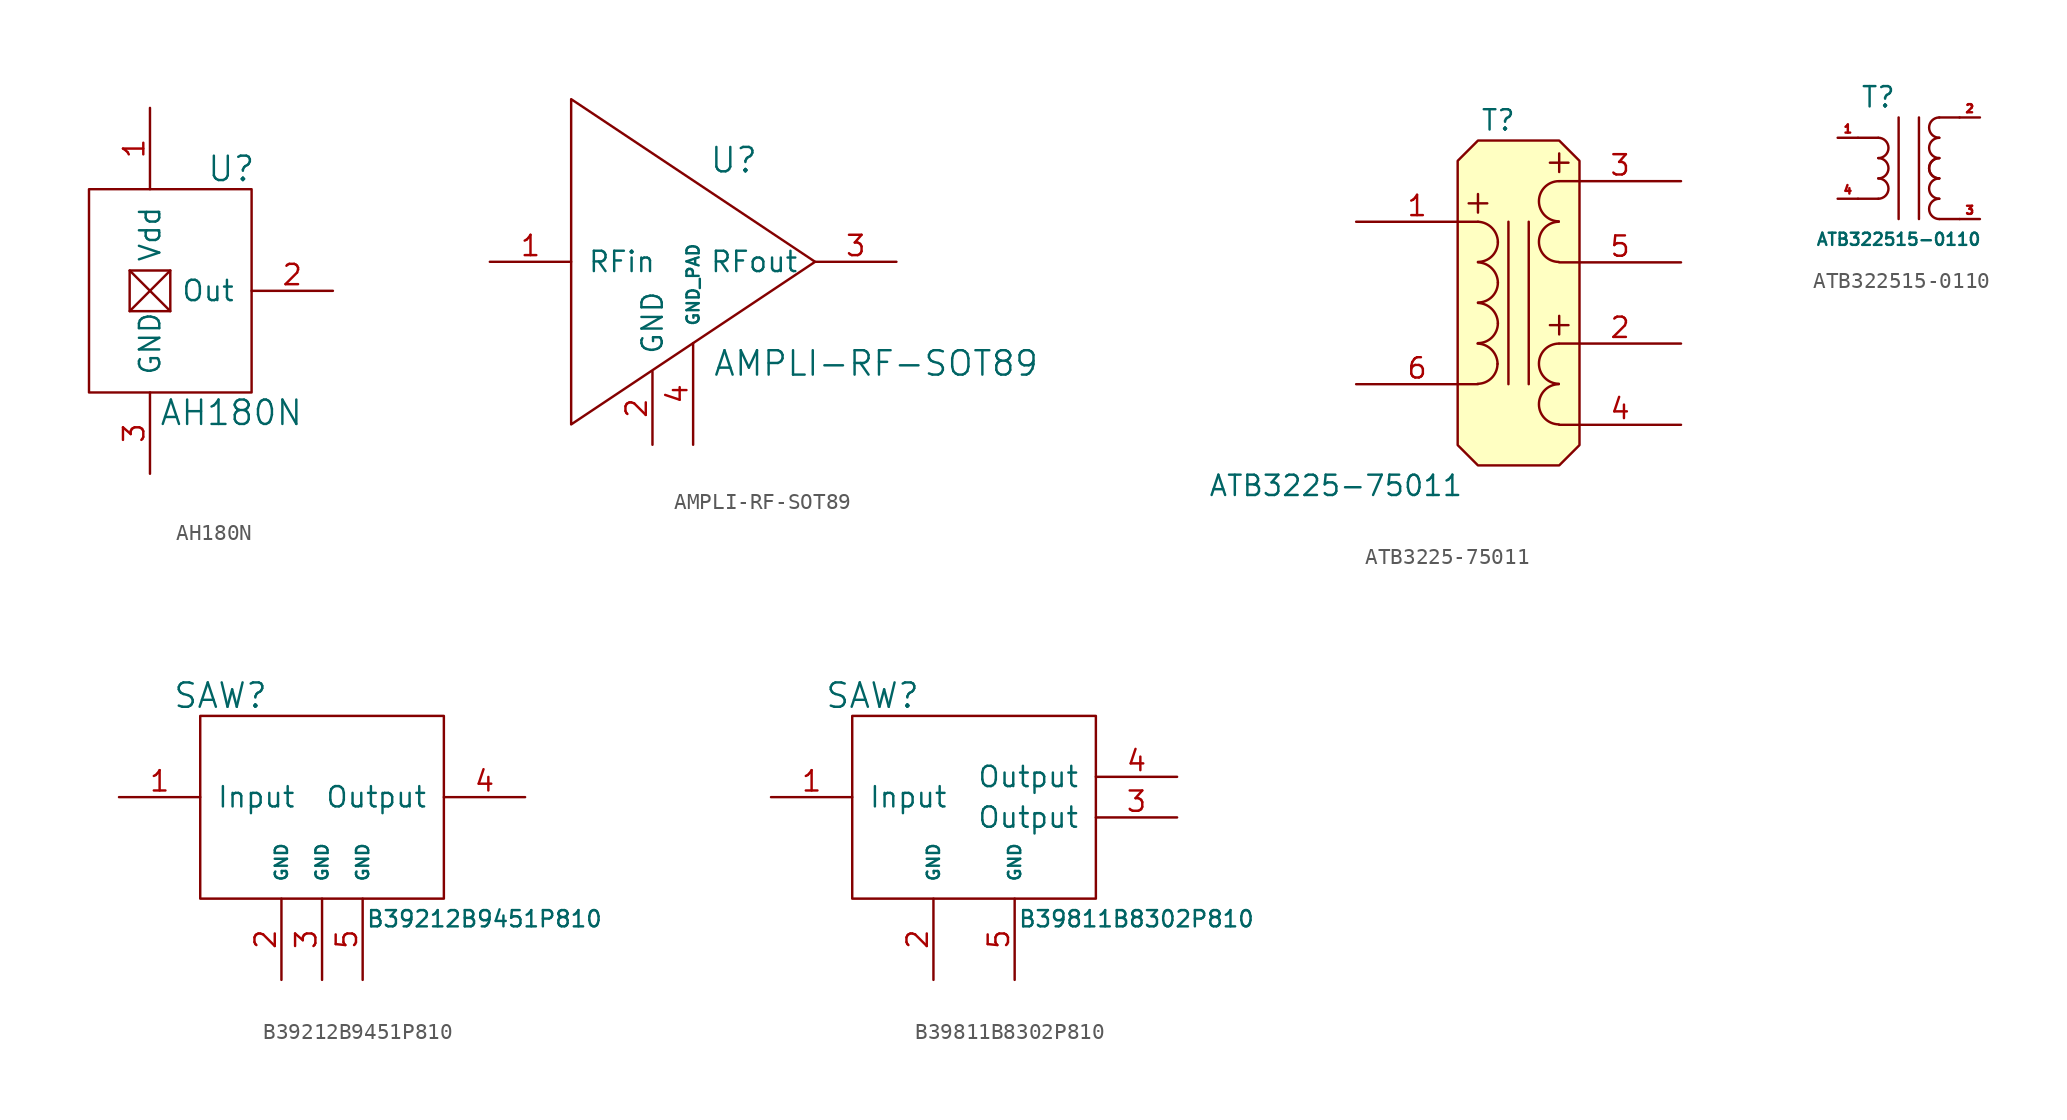
<source format=kicad_sym>
(kicad_symbol_lib
  (version 20211014)
  (generator kicad_symbol_editor)
  (symbol "AH180N"
    (pin_names
      (offset 1.016))
    (property "Reference" "U"
      (at 5.08 7.62 0)
      (effects (font (size 1.524 1.524))))
    (property "Value" "AH180N"
      (at 5.08 -7.62 0)
      (effects (font (size 1.524 1.524))))
    (property "Footprint" ""
      (at 0 0 0)
      (effects (font (size 1.524 1.524))))
    (property "Datasheet" ""
      (at 0 0 0)
      (effects (font (size 1.524 1.524))))
    (symbol "AH180N_0_1"
      (rectangle (start -3.81 6.35) (end 6.35 -6.35) (stroke (width 0) (type default) (color 0 0 0 0)) (fill (type none)))
      (rectangle (start -1.27 1.27) (end 1.27 -1.27) (stroke (width 0) (type default) (color 0 0 0 0)) (fill (type none)))
      (polyline (pts (xy -1.27 1.27) (xy 1.27 -1.27)) (stroke (width 0) (type default) (color 0 0 0 0)) (fill (type none)))
      (polyline (pts (xy 1.27 1.27) (xy -1.27 -1.27)) (stroke (width 0) (type default) (color 0 0 0 0)) (fill (type none))))
    (symbol "AH180N_1_1"
      (pin power_in line (at 0 11.43 270) (length 5.08) (name "Vdd" (effects (font (size 1.27 1.27)))) (number "1" (effects (font (size 1.27 1.27)))))
      (pin output line (at 11.43 0 180) (length 5.08) (name "Out" (effects (font (size 1.27 1.27)))) (number "2" (effects (font (size 1.27 1.27)))))
      (pin power_out line (at 0 -11.43 90) (length 5.08) (name "GND" (effects (font (size 1.27 1.27)))) (number "3" (effects (font (size 1.27 1.27)))))))
  (symbol "AMPLI-RF-SOT89"
    (pin_names
      (offset 1.016))
    (property "Reference" "U"
      (at 2.54 6.35 0)
      (effects (font (size 1.524 1.524))))
    (property "Value" "AMPLI-RF-SOT89"
      (at 11.43 -6.35 0)
      (effects (font (size 1.524 1.524))))
    (property "Footprint" ""
      (at 0 0 0)
      (effects (font (size 1.524 1.524))))
    (property "Datasheet" ""
      (at 0 0 0)
      (effects (font (size 1.524 1.524))))
    (symbol "AMPLI-RF-SOT89_0_1"
      (polyline (pts (xy -7.62 0) (xy -7.62 7.62) (xy -7.62 10.16) (xy 7.62 0) (xy -7.62 -10.16) (xy -7.62 0)) (stroke (width 0) (type default) (color 0 0 0 0)) (fill (type none))))
    (symbol "AMPLI-RF-SOT89_1_1"
      (pin input line (at -12.7 0 0) (length 5.08) (name "RFin" (effects (font (size 1.27 1.27)))) (number "1" (effects (font (size 1.27 1.27)))))
      (pin input line (at -2.54 -11.43 90) (length 4.572) (name "GND" (effects (font (size 1.27 1.27)))) (number "2" (effects (font (size 1.27 1.27)))))
      (pin input line (at 12.7 0 180) (length 5.08) (name "RFout" (effects (font (size 1.27 1.27)))) (number "3" (effects (font (size 1.27 1.27)))))
      (pin input line (at 0 -11.43 90) (length 6.35) (name "GND_PAD" (effects (font (size 0.762 0.762)))) (number "4" (effects (font (size 1.27 1.27)))))))
  (symbol "ATB3225-75011"
    (pin_names
      (offset 1.016) hide)
    (property "Reference" "T"
      (at -1.067 11.328 0)
      (effects (font (size 1.27 1.27))))
    (property "Value" "ATB3225-75011"
      (at -11.227 -11.532 0)
      (effects (font (size 1.27 1.27))))
    (symbol "ATB3225-75011_0_0"
      (text "+" (at -2.337 6.248 0) (effects (font (size 1.524 1.524))))
      (text "+" (at 2.743 -1.372 0) (effects (font (size 1.524 1.524))))
      (text "+" (at 2.743 8.788 0) (effects (font (size 1.524 1.524)))))
    (symbol "ATB3225-75011_0_1"
      (arc (start -2.3622 -5.1562) (mid -1.4821 -4.7917) (end -1.1176 -3.9116) (stroke (width 0) (type default) (color 0 0 0 0)) (fill (type none)))
      (arc (start -2.3368 -2.6162) (mid -1.4567 -2.2517) (end -1.0922 -1.3716) (stroke (width 0) (type default) (color 0 0 0 0)) (fill (type none)))
      (arc (start -2.3368 -0.0762) (mid -1.4567 0.2883) (end -1.0922 1.1684) (stroke (width 0) (type default) (color 0 0 0 0)) (fill (type none)))
      (arc (start -2.3368 2.4638) (mid -1.4567 2.8283) (end -1.0922 3.7084) (stroke (width 0) (type default) (color 0 0 0 0)) (fill (type none)))
      (arc (start -1.1176 -3.9116) (mid -1.4859 -3.0277) (end -2.3622 -2.6416) (stroke (width 0) (type default) (color 0 0 0 0)) (fill (type none)))
      (arc (start -1.0922 -1.3716) (mid -1.4605 -0.4877) (end -2.3368 -0.1016) (stroke (width 0) (type default) (color 0 0 0 0)) (fill (type none)))
      (arc (start -1.0922 1.1684) (mid -1.4605 2.0523) (end -2.3368 2.4384) (stroke (width 0) (type default) (color 0 0 0 0)) (fill (type none)))
      (arc (start -1.0922 3.7084) (mid -1.4605 4.5923) (end -2.3368 4.9784) (stroke (width 0) (type default) (color 0 0 0 0)) (fill (type none)))
      (polyline (pts (xy -0.432 -5.182) (xy -0.432 4.978)) (stroke (width 0) (type default) (color 0 0 0 0)) (fill (type none)))
      (polyline (pts (xy 0.838 4.978) (xy 0.838 -5.182)) (stroke (width 0) (type default) (color 0 0 0 0)) (fill (type none)))
      (polyline (pts (xy 4.013 8.788) (xy 4.013 -8.992) (xy 2.743 -10.262) (xy -2.337 -10.262) (xy -3.607 -8.992) (xy -3.607 8.788) (xy -2.337 10.058) (xy 2.743 10.058) (xy 4.013 8.788) (xy 4.013 8.788)) (stroke (width 0) (type default) (color 0 0 0 0)) (fill (type background)))
      (arc (start 2.7178 -5.1816) (mid 1.4728 -6.4389) (end 2.7178 -7.6962) (stroke (width 0) (type default) (color 0 0 0 0)) (fill (type none)))
      (arc (start 2.7178 -2.6416) (mid 1.4728 -3.8989) (end 2.7178 -5.1562) (stroke (width 0) (type default) (color 0 0 0 0)) (fill (type none)))
      (arc (start 2.7178 4.9784) (mid 1.4728 3.7211) (end 2.7178 2.4638) (stroke (width 0) (type default) (color 0 0 0 0)) (fill (type none)))
      (arc (start 2.7178 7.5184) (mid 1.4728 6.2611) (end 2.7178 5.0038) (stroke (width 0) (type default) (color 0 0 0 0)) (fill (type none))))
    (symbol "ATB3225-75011_1_1"
      (pin passive line (at -9.957 4.978 0) (length 7.62) (name "S+" (effects (font (size 1.27 1.27)))) (number "1" (effects (font (size 1.27 1.27)))))
      (pin passive line (at 10.363 -2.642 180) (length 7.62) (name "P2+" (effects (font (size 1.27 1.27)))) (number "2" (effects (font (size 1.27 1.27)))))
      (pin passive line (at 10.363 7.518 180) (length 7.62) (name "P1+" (effects (font (size 1.27 1.27)))) (number "3" (effects (font (size 1.27 1.27)))))
      (pin passive line (at 10.363 -7.722 180) (length 7.62) (name "P2-" (effects (font (size 1.27 1.27)))) (number "4" (effects (font (size 1.27 1.27)))))
      (pin passive line (at 10.363 2.438 180) (length 7.62) (name "P1-" (effects (font (size 1.27 1.27)))) (number "5" (effects (font (size 1.27 1.27)))))
      (pin passive line (at -9.957 -5.182 0) (length 7.62) (name "S-" (effects (font (size 1.27 1.27)))) (number "6" (effects (font (size 1.27 1.27)))))))
  (symbol "ATB322515-0110"
    (pin_names
      (offset 0) hide)
    (property "Reference" "T"
      (at -1.27 5.08 0)
      (effects (font (size 1.27 1.27))))
    (property "Value" "ATB322515-0110"
      (at 0 -3.81 0)
      (effects (font (size 0.762 0.762))))
    (property "Footprint" ""
      (at 1.27 1.27 0)
      (effects (font (size 1.524 1.524))))
    (property "Datasheet" ""
      (at 1.27 1.27 0)
      (effects (font (size 1.524 1.524))))
    (symbol "ATB322515-0110_0_1"
      (arc (start -1.27 -1.27) (mid -0.635 -0.635) (end -1.27 0) (stroke (width 0) (type default) (color 0 0 0 0)) (fill (type none)))
      (arc (start -1.27 0) (mid -0.635 0.635) (end -1.27 1.27) (stroke (width 0) (type default) (color 0 0 0 0)) (fill (type none)))
      (arc (start -1.27 1.27) (mid -0.635 1.905) (end -1.27 2.54) (stroke (width 0) (type default) (color 0 0 0 0)) (fill (type none)))
      (polyline (pts (xy -2.54 -1.27) (xy -1.27 -1.27)) (stroke (width 0) (type default) (color 0 0 0 0)) (fill (type none)))
      (polyline (pts (xy -2.54 2.54) (xy -1.27 2.54)) (stroke (width 0) (type default) (color 0 0 0 0)) (fill (type none)))
      (polyline (pts (xy 0 3.81) (xy 0 -2.54)) (stroke (width 0) (type default) (color 0 0 0 0)) (fill (type none)))
      (polyline (pts (xy 1.27 3.81) (xy 1.27 -2.54)) (stroke (width 0) (type default) (color 0 0 0 0)) (fill (type none)))
      (polyline (pts (xy 2.54 -2.54) (xy 3.81 -2.54)) (stroke (width 0) (type default) (color 0 0 0 0)) (fill (type none)))
      (polyline (pts (xy 2.54 3.81) (xy 3.81 3.81)) (stroke (width 0) (type default) (color 0 0 0 0)) (fill (type none)))
      (arc (start 2.54 -1.27) (mid 1.905 -1.905) (end 2.54 -2.54) (stroke (width 0) (type default) (color 0 0 0 0)) (fill (type none)))
      (arc (start 2.54 0) (mid 1.905 -0.635) (end 2.54 -1.27) (stroke (width 0) (type default) (color 0 0 0 0)) (fill (type none)))
      (arc (start 2.54 1.27) (mid 1.905 0.635) (end 2.54 0) (stroke (width 0) (type default) (color 0 0 0 0)) (fill (type none)))
      (arc (start 2.54 1.27) (mid 1.905 0.635) (end 2.54 0) (stroke (width 0) (type default) (color 0 0 0 0)) (fill (type none)))
      (arc (start 2.54 2.54) (mid 1.905 1.905) (end 2.54 1.27) (stroke (width 0) (type default) (color 0 0 0 0)) (fill (type none)))
      (arc (start 2.54 3.81) (mid 1.905 3.175) (end 2.54 2.54) (stroke (width 0) (type default) (color 0 0 0 0)) (fill (type none))))
    (symbol "ATB322515-0110_1_1"
      (pin bidirectional line (at -3.81 2.54 0) (length 1.27) (name "UnBalanced" (effects (font (size 0.508 0.508)))) (number "1" (effects (font (size 0.508 0.508)))))
      (pin bidirectional line (at 5.08 3.81 180) (length 1.27) (name "Balanced" (effects (font (size 0.508 0.508)))) (number "2" (effects (font (size 0.508 0.508)))))
      (pin bidirectional line (at 5.08 -2.54 180) (length 1.27) (name "GND" (effects (font (size 0.508 0.508)))) (number "3" (effects (font (size 0.508 0.508)))))
      (pin bidirectional line (at -3.81 -1.27 0) (length 1.27) (name "GND" (effects (font (size 0.508 0.508)))) (number "4" (effects (font (size 0.508 0.508)))))))
  (symbol "B39212B9451P810"
    (pin_names
      (offset 1.016))
    (property "Reference" "SAW"
      (at -6.35 8.89 0)
      (effects (font (size 1.524 1.524))))
    (property "Value" "B39212B9451P810"
      (at 10.16 -5.08 0)
      (effects (font (size 1.016 1.016))))
    (property "Footprint" ""
      (at 0 5.08 0)
      (effects (font (size 1.524 1.524))))
    (property "Datasheet" ""
      (at 0 5.08 0)
      (effects (font (size 1.524 1.524))))
    (symbol "B39212B9451P810_0_1"
      (rectangle (start 7.62 -3.81) (end -7.62 7.62) (stroke (width 0) (type default) (color 0 0 0 0)) (fill (type none))))
    (symbol "B39212B9451P810_1_1"
      (pin bidirectional line (at -12.7 2.54 0) (length 5.08) (name "Input" (effects (font (size 1.27 1.27)))) (number "1" (effects (font (size 1.27 1.27)))))
      (pin bidirectional line (at -2.54 -8.89 90) (length 5.08) (name "GND" (effects (font (size 0.762 0.762)))) (number "2" (effects (font (size 1.27 1.27)))))
      (pin bidirectional line (at 0 -8.89 90) (length 5.08) (name "GND" (effects (font (size 0.762 0.762)))) (number "3" (effects (font (size 1.27 1.27)))))
      (pin bidirectional line (at 12.7 2.54 180) (length 5.08) (name "Output" (effects (font (size 1.27 1.27)))) (number "4" (effects (font (size 1.27 1.27)))))
      (pin bidirectional line (at 2.54 -8.89 90) (length 5.08) (name "GND" (effects (font (size 0.762 0.762)))) (number "5" (effects (font (size 1.27 1.27)))))))
  (symbol "B39811B8302P810"
    (pin_names
      (offset 1.016))
    (property "Reference" "SAW"
      (at -6.35 8.89 0)
      (effects (font (size 1.524 1.524))))
    (property "Value" "B39811B8302P810"
      (at 10.16 -5.08 0)
      (effects (font (size 1.016 1.016))))
    (property "Footprint" ""
      (at 0 5.08 0)
      (effects (font (size 1.524 1.524))))
    (property "Datasheet" ""
      (at 0 5.08 0)
      (effects (font (size 1.524 1.524))))
    (symbol "B39811B8302P810_0_1"
      (rectangle (start 7.62 -3.81) (end -7.62 7.62) (stroke (width 0) (type default) (color 0 0 0 0)) (fill (type none))))
    (symbol "B39811B8302P810_1_1"
      (pin bidirectional line (at -12.7 2.54 0) (length 5.08) (name "Input" (effects (font (size 1.27 1.27)))) (number "1" (effects (font (size 1.27 1.27)))))
      (pin bidirectional line (at -2.54 -8.89 90) (length 5.08) (name "GND" (effects (font (size 0.762 0.762)))) (number "2" (effects (font (size 1.27 1.27)))))
      (pin bidirectional line (at 12.7 1.27 180) (length 5.08) (name "Output" (effects (font (size 1.27 1.27)))) (number "3" (effects (font (size 1.27 1.27)))))
      (pin bidirectional line (at 12.7 3.81 180) (length 5.08) (name "Output" (effects (font (size 1.27 1.27)))) (number "4" (effects (font (size 1.27 1.27)))))
      (pin bidirectional line (at 2.54 -8.89 90) (length 5.08) (name "GND" (effects (font (size 0.762 0.762)))) (number "5" (effects (font (size 1.27 1.27))))))))
</source>
